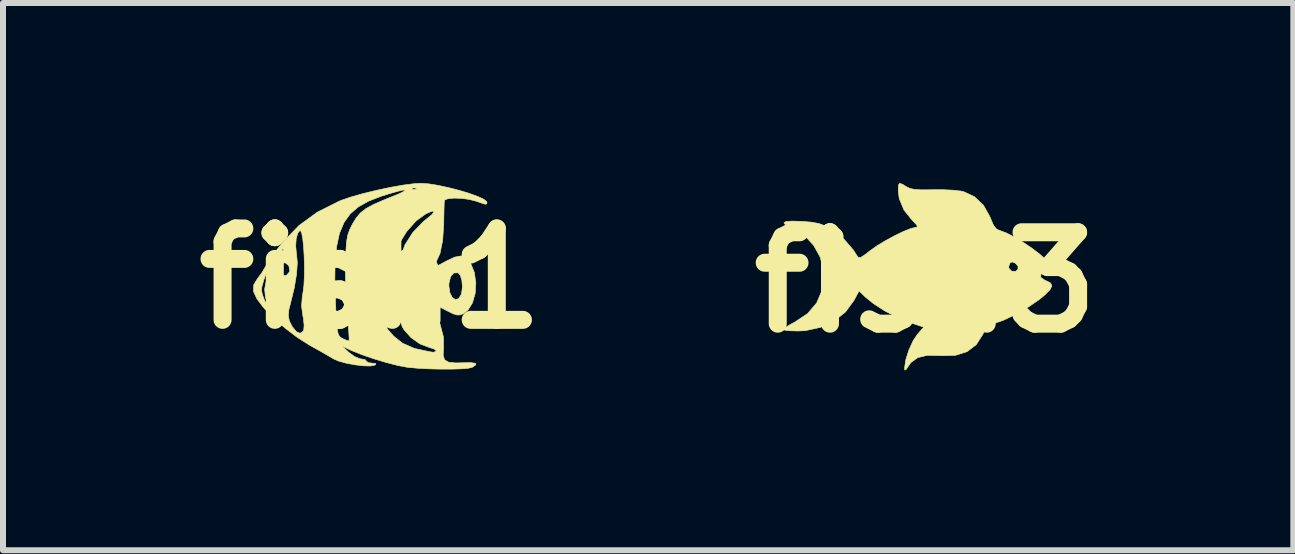
<source format=kicad_pcb>
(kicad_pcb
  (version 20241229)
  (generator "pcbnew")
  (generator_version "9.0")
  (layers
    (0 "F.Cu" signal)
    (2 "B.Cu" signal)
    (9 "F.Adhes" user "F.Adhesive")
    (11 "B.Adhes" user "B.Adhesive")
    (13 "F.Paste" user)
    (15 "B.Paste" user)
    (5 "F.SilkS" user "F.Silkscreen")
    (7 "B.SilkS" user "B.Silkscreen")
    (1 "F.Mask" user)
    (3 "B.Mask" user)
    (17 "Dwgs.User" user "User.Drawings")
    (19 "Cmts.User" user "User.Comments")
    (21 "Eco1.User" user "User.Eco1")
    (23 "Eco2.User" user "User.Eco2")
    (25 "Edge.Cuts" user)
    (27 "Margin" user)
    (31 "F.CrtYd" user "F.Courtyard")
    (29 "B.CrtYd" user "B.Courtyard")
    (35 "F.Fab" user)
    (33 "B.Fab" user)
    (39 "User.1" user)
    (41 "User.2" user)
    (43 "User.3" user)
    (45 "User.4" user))
  (footprint "fish1"
    (layer "F.Cu")
    (at 3.128 1.593)
    (property "Reference" "fish1" (at 0 0 0) (layer "F.SilkS") (effects (font (size 1.524 1.524) (thickness 0.3))))
    (attr through_hole)
    (fp_poly (pts (xy 0.967 -1.578) (xy 1.125 -1.553) (xy 1.3 -1.515) (xy 1.477 -1.47) (xy 1.642 -1.42) (xy 1.783 -1.369) (xy 1.886 -1.322) (xy 1.937 -1.282) (xy 1.94 -1.272) (xy 1.938 -1.246) (xy 1.92 -1.238) (xy 1.869 -1.251) (xy 1.769 -1.286) (xy 1.764 -1.288) (xy 1.647 -1.318) (xy 1.517 -1.336) (xy 1.393 -1.34) (xy 1.293 -1.331) (xy 1.236 -1.309) (xy 1.23 -1.296) (xy 1.227 -1.244) (xy 1.224 -1.138) (xy 1.221 -0.999) (xy 1.22 -0.917) (xy 1.202 -0.635) (xy 1.158 -0.418) (xy 1.088 -0.266) (xy 1.066 -0.238) (xy 1.032 -0.192) (xy 1.044 -0.181) (xy 1.104 -0.205) (xy 1.219 -0.266) (xy 1.252 -0.285) (xy 1.401 -0.356) (xy 1.512 -0.377) (xy 1.597 -0.345) (xy 1.666 -0.26) (xy 1.666 -0.259) (xy 1.73 -0.101) (xy 1.755 0.074) (xy 1.744 0.249) (xy 1.699 0.406) (xy 1.623 0.528) (xy 1.553 0.582) (xy 1.498 0.606) (xy 1.446 0.609) (xy 1.379 0.589) (xy 1.278 0.54) (xy 1.217 0.508) (xy 1.103 0.45) (xy 1.016 0.41) (xy 0.97 0.395) (xy 0.968 0.396) (xy 0.978 0.43) (xy 1.018 0.502) (xy 1.047 0.546) (xy 1.157 0.756) (xy 1.215 0.976) (xy 1.216 1.167) (xy 1.21 1.283) (xy 1.235 1.357) (xy 1.302 1.396) (xy 1.422 1.408) (xy 1.533 1.405) (xy 1.674 1.403) (xy 1.748 1.414) (xy 1.755 1.439) (xy 1.698 1.479) (xy 1.696 1.48) (xy 1.63 1.496) (xy 1.51 1.506) (xy 1.35 1.511) (xy 1.167 1.511) (xy 0.976 1.506) (xy 0.792 1.497) (xy 0.631 1.482) (xy 0.606 1.479) (xy 0.453 1.45) (xy 0.259 1.4) (xy 0.049 1.337) (xy -0.152 1.267) (xy -0.32 1.2) (xy -0.36 1.181) (xy -0.476 1.125) (xy -0.361 1.233) (xy -0.268 1.301) (xy -0.179 1.338) (xy -0.158 1.341) (xy -0.092 1.353) (xy -0.071 1.376) (xy -0.04 1.402) (xy 0.026 1.412) (xy 0.088 1.418) (xy 0.085 1.435) (xy 0.068 1.445) (xy -0.002 1.459) (xy -0.119 1.456) (xy -0.261 1.439) (xy -0.406 1.412) (xy -0.533 1.377) (xy -0.617 1.34) (xy -0.695 1.294) (xy -0.814 1.225) (xy -0.955 1.146) (xy -1.023 1.108) (xy -1.222 0.982) (xy -1.426 0.826) (xy -1.618 0.657) (xy -1.651 0.623) (xy -1.372 0.623) (xy -1.354 0.708) (xy -1.308 0.798) (xy -1.306 0.803) (xy -1.236 0.888) (xy -1.172 0.914) (xy -1.124 0.878) (xy -1.113 0.851) (xy -1.108 0.778) (xy -1.119 0.67) (xy -1.13 0.613) (xy -1.15 0.459) (xy -1.138 0.297) (xy -1.126 0.229) (xy -1.111 0.115) (xy -1.109 0.071) (xy -0.596 0.071) (xy -0.583 0.435) (xy -0.573 0.636) (xy -0.563 0.778) (xy -0.552 0.873) (xy -0.537 0.933) (xy -0.516 0.968) (xy -0.486 0.991) (xy -0.464 1.003) (xy -0.394 1.034) (xy -0.358 1.04) (xy -0.357 1.003) (xy -0.362 0.908) (xy -0.367 0.837) (xy 0.276 0.837) (xy 0.387 0.963) (xy 0.532 1.079) (xy 0.735 1.167) (xy 0.989 1.222) (xy 1.05 1.23) (xy 1.09 1.215) (xy 1.094 1.204) (xy 1.063 1.177) (xy 0.988 1.152) (xy 0.98 1.15) (xy 0.822 1.09) (xy 0.673 0.984) (xy 0.557 0.853) (xy 0.524 0.794) (xy 0.494 0.687) (xy 0.473 0.528) (xy 0.46 0.336) (xy 0.457 0.129) (xy 0.457 0.121) (xy 1.305 0.121) (xy 1.322 0.238) (xy 1.362 0.317) (xy 1.416 0.352) (xy 1.47 0.336) (xy 1.514 0.261) (xy 1.518 0.246) (xy 1.531 0.138) (xy 1.522 0.028) (xy 1.493 -0.059) (xy 1.459 -0.095) (xy 1.387 -0.092) (xy 1.334 -0.03) (xy 1.307 0.079) (xy 1.305 0.121) (xy 0.457 0.121) (xy 0.464 -0.075) (xy 0.481 -0.256) (xy 0.497 -0.352) (xy 0.574 -0.563) (xy 0.706 -0.769) (xy 0.879 -0.948) (xy 0.929 -0.988) (xy 1.021 -1.064) (xy 1.057 -1.111) (xy 1.038 -1.124) (xy 0.964 -1.099) (xy 0.921 -1.078) (xy 0.757 -0.959) (xy 0.599 -0.779) (xy 0.456 -0.546) (xy 0.43 -0.495) (xy 0.38 -0.391) (xy 0.345 -0.307) (xy 0.321 -0.227) (xy 0.306 -0.134) (xy 0.297 -0.014) (xy 0.292 0.15) (xy 0.288 0.304) (xy 0.276 0.837) (xy -0.367 0.837) (xy -0.372 0.771) (xy -0.386 0.603) (xy -0.389 0.566) (xy -0.405 0.341) (xy -0.416 0.091) (xy -0.42 -0.15) (xy -0.417 -0.309) (xy -0.409 -0.494) (xy -0.398 -0.625) (xy -0.38 -0.724) (xy -0.352 -0.806) (xy -0.31 -0.892) (xy -0.301 -0.909) (xy -0.238 -1.012) (xy -0.167 -1.095) (xy -0.076 -1.166) (xy 0.049 -1.234) (xy 0.221 -1.309) (xy 0.337 -1.356) (xy 0.482 -1.415) (xy 0.561 -1.455) (xy 0.58 -1.475) (xy 0.54 -1.474) (xy 0.445 -1.452) (xy 0.297 -1.409) (xy 0.176 -1.371) (xy -0.033 -1.29) (xy -0.204 -1.194) (xy -0.34 -1.077) (xy -0.444 -0.931) (xy -0.519 -0.751) (xy -0.567 -0.528) (xy -0.592 -0.256) (xy -0.596 0.071) (xy -1.109 0.071) (xy -1.104 -0.032) (xy -1.102 -0.196) (xy -1.107 -0.365) (xy -1.116 -0.524) (xy -1.13 -0.659) (xy -1.148 -0.756) (xy -1.169 -0.801) (xy -1.176 -0.802) (xy -1.214 -0.756) (xy -1.24 -0.662) (xy -1.248 -0.543) (xy -1.237 -0.421) (xy -1.234 -0.406) (xy -1.221 -0.26) (xy -1.235 -0.067) (xy -1.272 0.157) (xy -1.325 0.374) (xy -1.362 0.519) (xy -1.372 0.623) (xy -1.651 0.623) (xy -1.781 0.489) (xy -1.893 0.342) (xy -1.952 0.216) (xy -1.951 0.194) (xy -1.819 0.194) (xy -1.804 0.268) (xy -1.769 0.36) (xy -1.723 0.451) (xy -1.677 0.522) (xy -1.641 0.553) (xy -1.632 0.551) (xy -1.64 0.514) (xy -1.681 0.449) (xy -1.689 0.438) (xy -1.752 0.319) (xy -1.766 0.177) (xy -1.731 0.004) (xy -1.654 -0.188) (xy -1.579 -0.188) (xy -1.574 -0.116) (xy -1.544 -0.076) (xy -1.472 -0.042) (xy -1.398 -0.056) (xy -1.351 -0.112) (xy -1.348 -0.127) (xy -1.362 -0.213) (xy -1.421 -0.261) (xy -1.504 -0.254) (xy -1.515 -0.248) (xy -1.579 -0.188) (xy -1.654 -0.188) (xy -1.646 -0.208) (xy -1.604 -0.293) (xy -1.579 -0.354) (xy -1.584 -0.372) (xy -1.587 -0.371) (xy -1.628 -0.32) (xy -1.679 -0.223) (xy -1.733 -0.101) (xy -1.78 0.025) (xy -1.811 0.133) (xy -1.819 0.194) (xy -1.951 0.194) (xy -1.948 0.105) (xy -1.88 -0.006) (xy -1.87 -0.018) (xy -1.812 -0.096) (xy -1.751 -0.199) (xy -1.742 -0.217) (xy -1.69 -0.301) (xy -1.606 -0.419) (xy -1.563 -0.476) (xy -1.482 -0.476) (xy -1.464 -0.459) (xy -1.446 -0.476) (xy -1.464 -0.494) (xy -1.482 -0.476) (xy -1.563 -0.476) (xy -1.505 -0.552) (xy -1.453 -0.616) (xy -1.192 -0.884) (xy -0.889 -1.105) (xy -0.533 -1.284) (xy -0.486 -1.304) (xy -0.325 -1.359) (xy -0.121 -1.417) (xy 0.107 -1.472) (xy 0.193 -1.49) (xy 0.686 -1.49) (xy 0.72 -1.484) (xy 0.766 -1.491) (xy 0.767 -1.503) (xy 0.719 -1.511) (xy 0.699 -1.506) (xy 0.686 -1.49) (xy 0.193 -1.49) (xy 0.338 -1.521) (xy 0.555 -1.559) (xy 0.738 -1.582) (xy 0.838 -1.587) (xy 0.967 -1.578)) (stroke (width 0.01) (type solid)) (fill yes) (layer "F.SilkS")))
  (footprint "fish3"
    (layer "F.Cu")
    (at 12.384 1.657)
    (property "Reference" "fish3" (at 0 0 0) (layer "F.SilkS") (effects (font (size 1.524 1.524) (thickness 0.3))))
    (attr through_hole)
    (fp_poly (pts (xy -0.378 -1.629) (xy -0.326 -1.596) (xy -0.268 -1.567) (xy -0.191 -1.55) (xy -0.08 -1.542) (xy 0.082 -1.543) (xy 0.122 -1.544) (xy 0.295 -1.544) (xy 0.459 -1.536) (xy 0.588 -1.521) (xy 0.63 -1.512) (xy 0.812 -1.427) (xy 0.962 -1.285) (xy 1.069 -1.095) (xy 1.079 -1.069) (xy 1.129 -0.952) (xy 1.18 -0.888) (xy 1.234 -0.864) (xy 1.344 -0.823) (xy 1.48 -0.754) (xy 1.627 -0.665) (xy 1.772 -0.567) (xy 1.903 -0.467) (xy 2.007 -0.375) (xy 2.069 -0.301) (xy 2.081 -0.267) (xy 2.053 -0.222) (xy 1.993 -0.183) (xy 1.92 -0.133) (xy 1.917 -0.083) (xy 1.984 -0.036) (xy 2.012 -0.024) (xy 2.082 0.013) (xy 2.103 0.06) (xy 2.071 0.123) (xy 1.984 0.211) (xy 1.896 0.284) (xy 1.61 0.48) (xy 1.303 0.629) (xy 1.167 0.677) (xy 1.06 0.72) (xy 0.995 0.783) (xy 0.951 0.868) (xy 0.843 1.038) (xy 0.69 1.155) (xy 0.494 1.217) (xy 0.256 1.223) (xy 0.231 1.221) (xy 0.023 1.217) (xy -0.134 1.255) (xy -0.246 1.336) (xy -0.285 1.389) (xy -0.329 1.455) (xy -0.349 1.463) (xy -0.353 1.426) (xy -0.333 1.29) (xy -0.282 1.13) (xy -0.212 0.977) (xy -0.139 0.867) (xy -0.034 0.747) (xy -0.259 0.672) (xy -0.467 0.588) (xy -0.679 0.479) (xy -0.87 0.356) (xy -1.006 0.246) (xy -1.112 0.143) (xy -1.197 0.302) (xy -1.337 0.493) (xy -1.527 0.645) (xy -1.756 0.751) (xy -2.012 0.806) (xy -2.129 0.811) (xy -2.248 0.808) (xy -2.337 0.8) (xy -2.373 0.79) (xy -2.355 0.765) (xy -2.288 0.72) (xy -2.186 0.664) (xy -2.182 0.662) (xy -1.971 0.522) (xy -1.819 0.344) (xy -1.728 0.131) (xy -1.699 -0.112) (xy -1.705 -0.205) (xy -1.719 -0.263) (xy 1.382 -0.263) (xy 1.388 -0.232) (xy 1.435 -0.184) (xy 1.5 -0.184) (xy 1.537 -0.215) (xy 1.538 -0.268) (xy 1.498 -0.317) (xy 1.443 -0.34) (xy 1.407 -0.327) (xy 1.382 -0.263) (xy -1.719 -0.263) (xy -1.759 -0.418) (xy -1.868 -0.615) (xy -2.02 -0.781) (xy -2.201 -0.9) (xy -2.284 -0.932) (xy -2.346 -0.966) (xy -2.364 -0.995) (xy -2.329 -1.014) (xy -2.227 -1.021) (xy -2.069 -1.016) (xy -1.903 -1.003) (xy -1.78 -0.98) (xy -1.672 -0.939) (xy -1.584 -0.894) (xy -1.383 -0.743) (xy -1.207 -0.538) (xy -1.146 -0.443) (xy -1.122 -0.414) (xy -1.086 -0.415) (xy -1.026 -0.452) (xy -0.931 -0.525) (xy -0.816 -0.607) (xy -0.673 -0.694) (xy -0.52 -0.777) (xy -0.373 -0.848) (xy -0.25 -0.897) (xy -0.169 -0.917) (xy -0.166 -0.917) (xy -0.137 -0.927) (xy -0.154 -0.961) (xy -0.221 -1.03) (xy -0.227 -1.036) (xy -0.363 -1.205) (xy -0.442 -1.396) (xy -0.459 -1.533) (xy -0.455 -1.622) (xy -0.433 -1.652) (xy -0.378 -1.629)) (stroke (width 0.01) (type solid)) (fill yes) (layer "F.SilkS")))
  (gr_rect
    (start -3 -3)
    (end 18.512 6.124)
    (stroke (width 0.1) (type default))
    (fill no)
    (layer "Edge.Cuts")))
</source>
